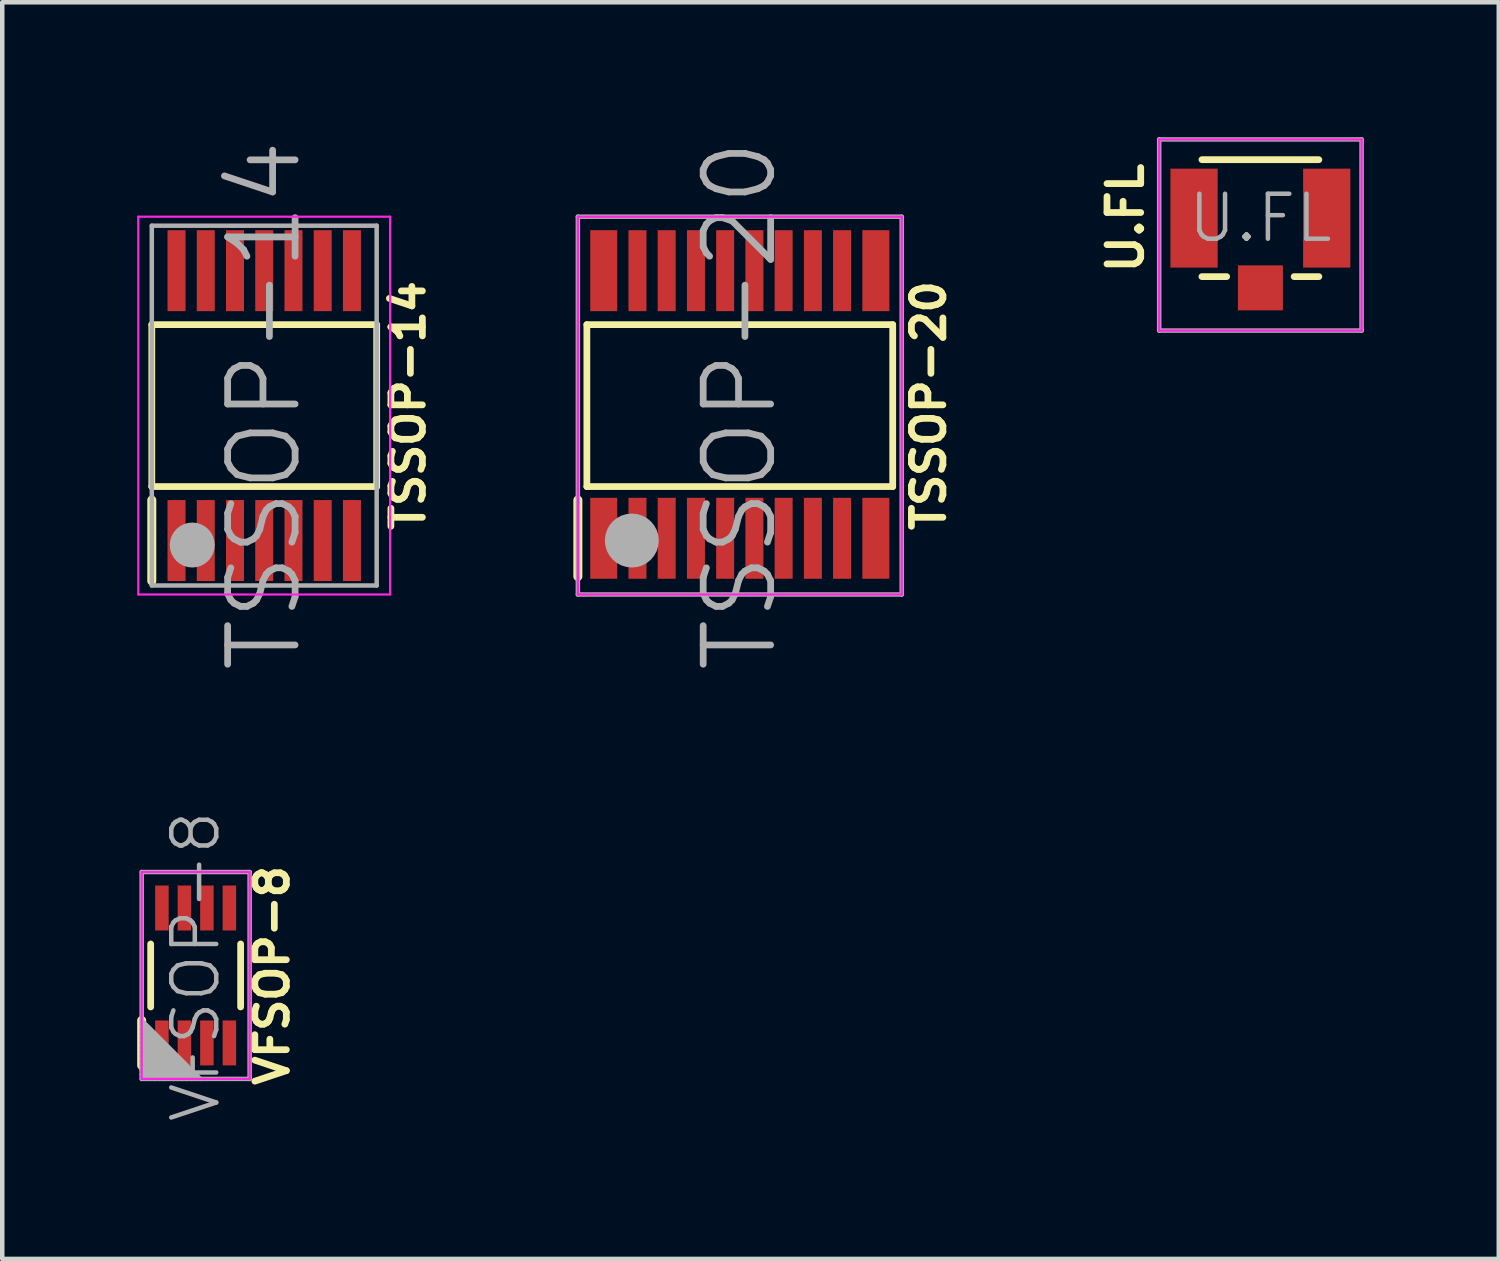
<source format=kicad_pcb>
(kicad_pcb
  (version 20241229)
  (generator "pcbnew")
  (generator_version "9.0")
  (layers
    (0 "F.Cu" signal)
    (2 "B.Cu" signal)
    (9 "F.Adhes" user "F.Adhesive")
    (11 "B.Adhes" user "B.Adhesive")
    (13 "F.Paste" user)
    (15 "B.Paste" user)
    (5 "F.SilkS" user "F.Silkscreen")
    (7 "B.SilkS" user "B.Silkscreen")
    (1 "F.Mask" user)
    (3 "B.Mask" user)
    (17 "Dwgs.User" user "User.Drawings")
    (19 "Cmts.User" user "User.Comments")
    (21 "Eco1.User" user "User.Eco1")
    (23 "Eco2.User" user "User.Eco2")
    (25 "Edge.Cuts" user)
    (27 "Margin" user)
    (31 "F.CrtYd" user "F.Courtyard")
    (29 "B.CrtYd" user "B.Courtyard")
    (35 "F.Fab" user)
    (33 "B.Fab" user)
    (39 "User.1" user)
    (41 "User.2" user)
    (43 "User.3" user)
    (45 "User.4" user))
  (footprint "TSSOP-14"
    (layer "F.Cu")
    (at 2.825 5.968)
    (property "Reference" "TSSOP-14" (at 3.2 0 90) (layer "F.SilkS") (effects (font (size 0.7 0.7) (thickness 0.15))))
    (attr through_hole)
    (fp_line (start -2.5 -1.8) (end 2.5 -1.8) (stroke (width 0.15) (type solid)) (layer "F.SilkS"))
    (fp_line (start -2.5 1.8) (end -2.5 -1.8) (stroke (width 0.15) (type solid)) (layer "F.SilkS"))
    (fp_line (start -2.5 2.1) (end -2.5 3.9) (stroke (width 0.2) (type solid)) (layer "F.SilkS"))
    (fp_line (start 2.5 -1.8) (end 2.5 1.8) (stroke (width 0.15) (type solid)) (layer "F.SilkS"))
    (fp_line (start 2.5 1.8) (end -2.5 1.8) (stroke (width 0.15) (type solid)) (layer "F.SilkS"))
    (fp_line (start -2.8 -4.2) (end 2.8 -4.2) (stroke (width 0.05) (type solid)) (layer "F.CrtYd"))
    (fp_line (start -2.8 4.2) (end -2.8 -4.2) (stroke (width 0.05) (type solid)) (layer "F.CrtYd"))
    (fp_line (start 2.8 -4.2) (end 2.8 4.2) (stroke (width 0.05) (type solid)) (layer "F.CrtYd"))
    (fp_line (start 2.8 4.2) (end -2.8 4.2) (stroke (width 0.05) (type solid)) (layer "F.CrtYd"))
    (fp_line (start -2.5 -4) (end 2.5 -4) (stroke (width 0.1) (type solid)) (layer "F.Fab"))
    (fp_line (start -2.5 4) (end -2.5 -4) (stroke (width 0.1) (type solid)) (layer "F.Fab"))
    (fp_line (start 2.5 -4) (end 2.5 4) (stroke (width 0.1) (type solid)) (layer "F.Fab"))
    (fp_line (start 2.5 4) (end -2.5 4) (stroke (width 0.1) (type solid)) (layer "F.Fab"))
    (fp_circle (center -1.6 3.1) (end -1.35 3.1) (stroke (width 0.5) (type solid)) (fill no) (layer "F.Fab"))
    (fp_text user "${REFERENCE}" (at 0 0 90) (layer "F.Fab") (effects (font (size 1.5 1.5) (thickness 0.15))))
    (pad "1" smd rect (at -1.95 3) (size 0.4 1.8) (layers "F.Cu" "F.Mask" "F.Paste"))
    (pad "2" smd rect (at -1.3 3) (size 0.4 1.8) (layers "F.Cu" "F.Mask" "F.Paste"))
    (pad "3" smd rect (at -0.65 3) (size 0.4 1.8) (layers "F.Cu" "F.Mask" "F.Paste"))
    (pad "4" smd rect (at 0 3) (size 0.4 1.8) (layers "F.Cu" "F.Mask" "F.Paste"))
    (pad "5" smd rect (at 0.65 3) (size 0.4 1.8) (layers "F.Cu" "F.Mask" "F.Paste"))
    (pad "6" smd rect (at 1.3 3) (size 0.4 1.8) (layers "F.Cu" "F.Mask" "F.Paste"))
    (pad "7" smd rect (at 1.95 3) (size 0.4 1.8) (layers "F.Cu" "F.Mask" "F.Paste"))
    (pad "8" smd rect (at 1.95 -3) (size 0.4 1.8) (layers "F.Cu" "F.Mask" "F.Paste"))
    (pad "9" smd rect (at 1.3 -3) (size 0.4 1.8) (layers "F.Cu" "F.Mask" "F.Paste"))
    (pad "10" smd rect (at 0.65 -3) (size 0.4 1.8) (layers "F.Cu" "F.Mask" "F.Paste"))
    (pad "11" smd rect (at 0 -3) (size 0.4 1.8) (layers "F.Cu" "F.Mask" "F.Paste"))
    (pad "12" smd rect (at -0.65 -3) (size 0.4 1.8) (layers "F.Cu" "F.Mask" "F.Paste"))
    (pad "13" smd rect (at -1.3 -3) (size 0.4 1.8) (layers "F.Cu" "F.Mask" "F.Paste"))
    (pad "14" smd rect (at -1.95 -3) (size 0.4 1.8) (layers "F.Cu" "F.Mask" "F.Paste")))
  (footprint "U.FL"
    (layer "F.Cu")
    (at 24.973 1.8)
    (property "Reference" "U.FL" (at -3 0 90) (unlocked yes) (layer "F.SilkS") (effects (font (size 0.75 0.75) (thickness 0.15))))
    (attr smd)
    (fp_line (start -1.3 -1.3) (end 1.3 -1.3) (stroke (width 0.15) (type solid)) (layer "F.SilkS"))
    (fp_line (start -1.3 1.3) (end -0.75 1.3) (stroke (width 0.15) (type solid)) (layer "F.SilkS"))
    (fp_line (start 1.3 1.3) (end 0.75 1.3) (stroke (width 0.15) (type solid)) (layer "F.SilkS"))
    (fp_line (start -2.25 -1.75) (end 2.25 -1.75) (stroke (width 0.05) (type solid)) (layer "F.CrtYd"))
    (fp_line (start -2.25 2.5) (end -2.25 -1.75) (stroke (width 0.05) (type solid)) (layer "F.CrtYd"))
    (fp_line (start 2.25 -1.75) (end 2.25 2.5) (stroke (width 0.05) (type solid)) (layer "F.CrtYd"))
    (fp_line (start 2.25 2.5) (end -2.25 2.5) (stroke (width 0.05) (type solid)) (layer "F.CrtYd"))
    (fp_line (start -2.25 -1.75) (end 2.25 -1.75) (stroke (width 0.1) (type solid)) (layer "F.Fab"))
    (fp_line (start -2.25 2.5) (end -2.25 -1.75) (stroke (width 0.1) (type solid)) (layer "F.Fab"))
    (fp_line (start 2.25 -1.75) (end 2.25 2.5) (stroke (width 0.1) (type solid)) (layer "F.Fab"))
    (fp_line (start 2.25 2.5) (end -2.25 2.5) (stroke (width 0.1) (type solid)) (layer "F.Fab"))
    (fp_text user "${REFERENCE}" (at 0 0 0) (unlocked yes) (layer "F.Fab") (effects (font (size 1 1) (thickness 0.1))))
    (pad "GND" smd rect (at -1.475 0) (size 1.05 2.2) (layers "F.Cu" "F.Mask" "F.Paste"))
    (pad "GND" smd rect (at 1.475 0) (size 1.05 2.2) (layers "F.Cu" "F.Mask" "F.Paste"))
    (pad "SIG" smd rect (at 0 1.55) (size 1 1) (layers "F.Cu" "F.Mask" "F.Paste")))
  (footprint "VFSOP-8"
    (layer "F.Cu")
    (at 1.3 18.638)
    (property "Reference" "VFSOP-8" (at 1.7 0 90) (layer "F.SilkS") (effects (font (size 0.7 0.7) (thickness 0.15))))
    (attr through_hole)
    (fp_line (start -1.2 1) (end -1.2 2) (stroke (width 0.2) (type solid)) (layer "F.SilkS"))
    (fp_line (start -1 -0.7) (end -1 0.7) (stroke (width 0.15) (type solid)) (layer "F.SilkS"))
    (fp_line (start 1 -0.7) (end 1 0.7) (stroke (width 0.15) (type solid)) (layer "F.SilkS"))
    (fp_line (start -1.2 -2.3) (end 1.2 -2.3) (stroke (width 0.05) (type solid)) (layer "F.CrtYd"))
    (fp_line (start -1.2 2.3) (end -1.2 -2.3) (stroke (width 0.05) (type solid)) (layer "F.CrtYd"))
    (fp_line (start 1.2 -2.3) (end 1.2 2.3) (stroke (width 0.05) (type solid)) (layer "F.CrtYd"))
    (fp_line (start 1.2 2.3) (end -1.2 2.3) (stroke (width 0.05) (type solid)) (layer "F.CrtYd"))
    (fp_line (start -1.2 -2.3) (end 1.2 -2.3) (stroke (width 0.1) (type solid)) (layer "F.Fab"))
    (fp_line (start -1.2 1.1) (end 0 2.3) (stroke (width 0.1) (type solid)) (layer "F.Fab"))
    (fp_line (start -1.2 1.2) (end -0.1 2.3) (stroke (width 0.1) (type solid)) (layer "F.Fab"))
    (fp_line (start -1.2 1.3) (end -0.2 2.3) (stroke (width 0.1) (type solid)) (layer "F.Fab"))
    (fp_line (start -1.2 1.4) (end -0.3 2.3) (stroke (width 0.1) (type solid)) (layer "F.Fab"))
    (fp_line (start -1.2 1.5) (end -0.4 2.3) (stroke (width 0.1) (type solid)) (layer "F.Fab"))
    (fp_line (start -1.2 1.6) (end -0.5 2.3) (stroke (width 0.1) (type solid)) (layer "F.Fab"))
    (fp_line (start -1.2 1.7) (end -0.6 2.3) (stroke (width 0.1) (type solid)) (layer "F.Fab"))
    (fp_line (start -1.2 1.8) (end -0.7 2.3) (stroke (width 0.1) (type solid)) (layer "F.Fab"))
    (fp_line (start -1.2 1.9) (end -0.8 2.3) (stroke (width 0.1) (type solid)) (layer "F.Fab"))
    (fp_line (start -1.2 2) (end -0.9 2.3) (stroke (width 0.1) (type solid)) (layer "F.Fab"))
    (fp_line (start -1.2 2.1) (end -1 2.3) (stroke (width 0.1) (type solid)) (layer "F.Fab"))
    (fp_line (start -1.2 2.2) (end -1.1 2.3) (stroke (width 0.1) (type solid)) (layer "F.Fab"))
    (fp_line (start -1.2 2.3) (end -1.2 -2.3) (stroke (width 0.1) (type solid)) (layer "F.Fab"))
    (fp_line (start 0.1 2.3) (end -1.2 1) (stroke (width 0.1) (type solid)) (layer "F.Fab"))
    (fp_line (start 1.2 -2.3) (end 1.2 2.3) (stroke (width 0.1) (type solid)) (layer "F.Fab"))
    (fp_line (start 1.2 2.3) (end -1.2 2.3) (stroke (width 0.1) (type solid)) (layer "F.Fab"))
    (fp_text user "${REFERENCE}" (at 0 -0.2 90) (layer "F.Fab") (effects (font (size 1 1) (thickness 0.1))))
    (pad "1" smd rect (at -0.75 1.5) (size 0.3 1) (layers "F.Cu" "F.Mask" "F.Paste"))
    (pad "2" smd rect (at -0.25 1.5) (size 0.3 1) (layers "F.Cu" "F.Mask" "F.Paste"))
    (pad "3" smd rect (at 0.25 1.5) (size 0.3 1) (layers "F.Cu" "F.Mask" "F.Paste"))
    (pad "4" smd rect (at 0.75 1.5) (size 0.3 1) (layers "F.Cu" "F.Mask" "F.Paste"))
    (pad "5" smd rect (at 0.75 -1.5) (size 0.3 1) (layers "F.Cu" "F.Mask" "F.Paste"))
    (pad "6" smd rect (at 0.25 -1.5) (size 0.3 1) (layers "F.Cu" "F.Mask" "F.Paste"))
    (pad "7" smd rect (at -0.25 -1.5) (size 0.3 1) (layers "F.Cu" "F.Mask" "F.Paste"))
    (pad "8" smd rect (at -0.75 -1.5) (size 0.3 1) (layers "F.Cu" "F.Mask" "F.Paste")))
  (footprint "TSSOP-20"
    (layer "F.Cu")
    (at 13.398 5.968)
    (property "Reference" "TSSOP-20" (at 4.2 0 90) (layer "F.SilkS") (effects (font (size 0.7 0.7) (thickness 0.15))))
    (attr through_hole)
    (fp_line (start -3.6 2.1) (end -3.6 3.8) (stroke (width 0.2) (type solid)) (layer "F.SilkS"))
    (fp_line (start -3.4 -1.8) (end 3.4 -1.8) (stroke (width 0.15) (type solid)) (layer "F.SilkS"))
    (fp_line (start -3.4 1.8) (end -3.4 -1.8) (stroke (width 0.15) (type solid)) (layer "F.SilkS"))
    (fp_line (start 3.4 -1.8) (end 3.4 1.8) (stroke (width 0.15) (type solid)) (layer "F.SilkS"))
    (fp_line (start 3.4 1.8) (end -3.4 1.8) (stroke (width 0.15) (type solid)) (layer "F.SilkS"))
    (fp_line (start -3.6 -4.2) (end 3.6 -4.2) (stroke (width 0.05) (type solid)) (layer "F.CrtYd"))
    (fp_line (start -3.6 4.2) (end -3.6 -4.2) (stroke (width 0.05) (type solid)) (layer "F.CrtYd"))
    (fp_line (start 3.6 -4.2) (end 3.6 4.2) (stroke (width 0.05) (type solid)) (layer "F.CrtYd"))
    (fp_line (start 3.6 4.2) (end -3.6 4.2) (stroke (width 0.05) (type solid)) (layer "F.CrtYd"))
    (fp_line (start -3.6 -4.2) (end 3.6 -4.2) (stroke (width 0.1) (type solid)) (layer "F.Fab"))
    (fp_line (start -3.6 4.2) (end -3.6 -4.2) (stroke (width 0.1) (type solid)) (layer "F.Fab"))
    (fp_line (start 3.6 -4.2) (end 3.6 4.2) (stroke (width 0.1) (type solid)) (layer "F.Fab"))
    (fp_line (start 3.6 4.2) (end -3.6 4.2) (stroke (width 0.1) (type solid)) (layer "F.Fab"))
    (fp_circle (center -2.4 3) (end -2.1 3) (stroke (width 0.6) (type solid)) (fill no) (layer "F.Fab"))
    (fp_text user "${REFERENCE}" (at 0 0 90) (layer "F.Fab") (effects (font (size 1.5 1.5) (thickness 0.15))))
    (pad "1" smd rect (at -3.025 2.95) (size 0.6 1.8) (layers "F.Cu" "F.Mask" "F.Paste"))
    (pad "2" smd rect (at -2.275 2.95) (size 0.4 1.8) (layers "F.Cu" "F.Mask" "F.Paste"))
    (pad "3" smd rect (at -1.625 2.95) (size 0.4 1.8) (layers "F.Cu" "F.Mask" "F.Paste"))
    (pad "4" smd rect (at -0.975 2.95) (size 0.4 1.8) (layers "F.Cu" "F.Mask" "F.Paste"))
    (pad "5" smd rect (at -0.325 2.95) (size 0.4 1.8) (layers "F.Cu" "F.Mask" "F.Paste"))
    (pad "6" smd rect (at 0.325 2.95) (size 0.4 1.8) (layers "F.Cu" "F.Mask" "F.Paste"))
    (pad "7" smd rect (at 0.975 2.95) (size 0.4 1.8) (layers "F.Cu" "F.Mask" "F.Paste"))
    (pad "8" smd rect (at 1.625 2.95) (size 0.4 1.8) (layers "F.Cu" "F.Mask" "F.Paste"))
    (pad "9" smd rect (at 2.275 2.95) (size 0.4 1.8) (layers "F.Cu" "F.Mask" "F.Paste"))
    (pad "10" smd rect (at 3.025 2.95) (size 0.6 1.8) (layers "F.Cu" "F.Mask" "F.Paste"))
    (pad "11" smd rect (at -3.025 -3) (size 0.6 1.8) (layers "F.Cu" "F.Mask" "F.Paste"))
    (pad "12" smd rect (at -2.275 -3) (size 0.4 1.8) (layers "F.Cu" "F.Mask" "F.Paste"))
    (pad "13" smd rect (at -1.625 -3) (size 0.4 1.8) (layers "F.Cu" "F.Mask" "F.Paste"))
    (pad "14" smd rect (at -0.975 -3) (size 0.4 1.8) (layers "F.Cu" "F.Mask" "F.Paste"))
    (pad "15" smd rect (at -0.325 -3) (size 0.4 1.8) (layers "F.Cu" "F.Mask" "F.Paste"))
    (pad "16" smd rect (at 0.325 -3) (size 0.4 1.8) (layers "F.Cu" "F.Mask" "F.Paste"))
    (pad "17" smd rect (at 0.975 -3) (size 0.4 1.8) (layers "F.Cu" "F.Mask" "F.Paste"))
    (pad "18" smd rect (at 1.625 -3) (size 0.4 1.8) (layers "F.Cu" "F.Mask" "F.Paste"))
    (pad "19" smd rect (at 2.275 -3) (size 0.4 1.8) (layers "F.Cu" "F.Mask" "F.Paste"))
    (pad "20" smd rect (at 3.025 -3) (size 0.6 1.8) (layers "F.Cu" "F.Mask" "F.Paste")))
  (gr_rect
    (start -3 -3)
    (end 30.273 24.94)
    (stroke (width 0.1) (type default))
    (fill no)
    (layer "Edge.Cuts")))
</source>
